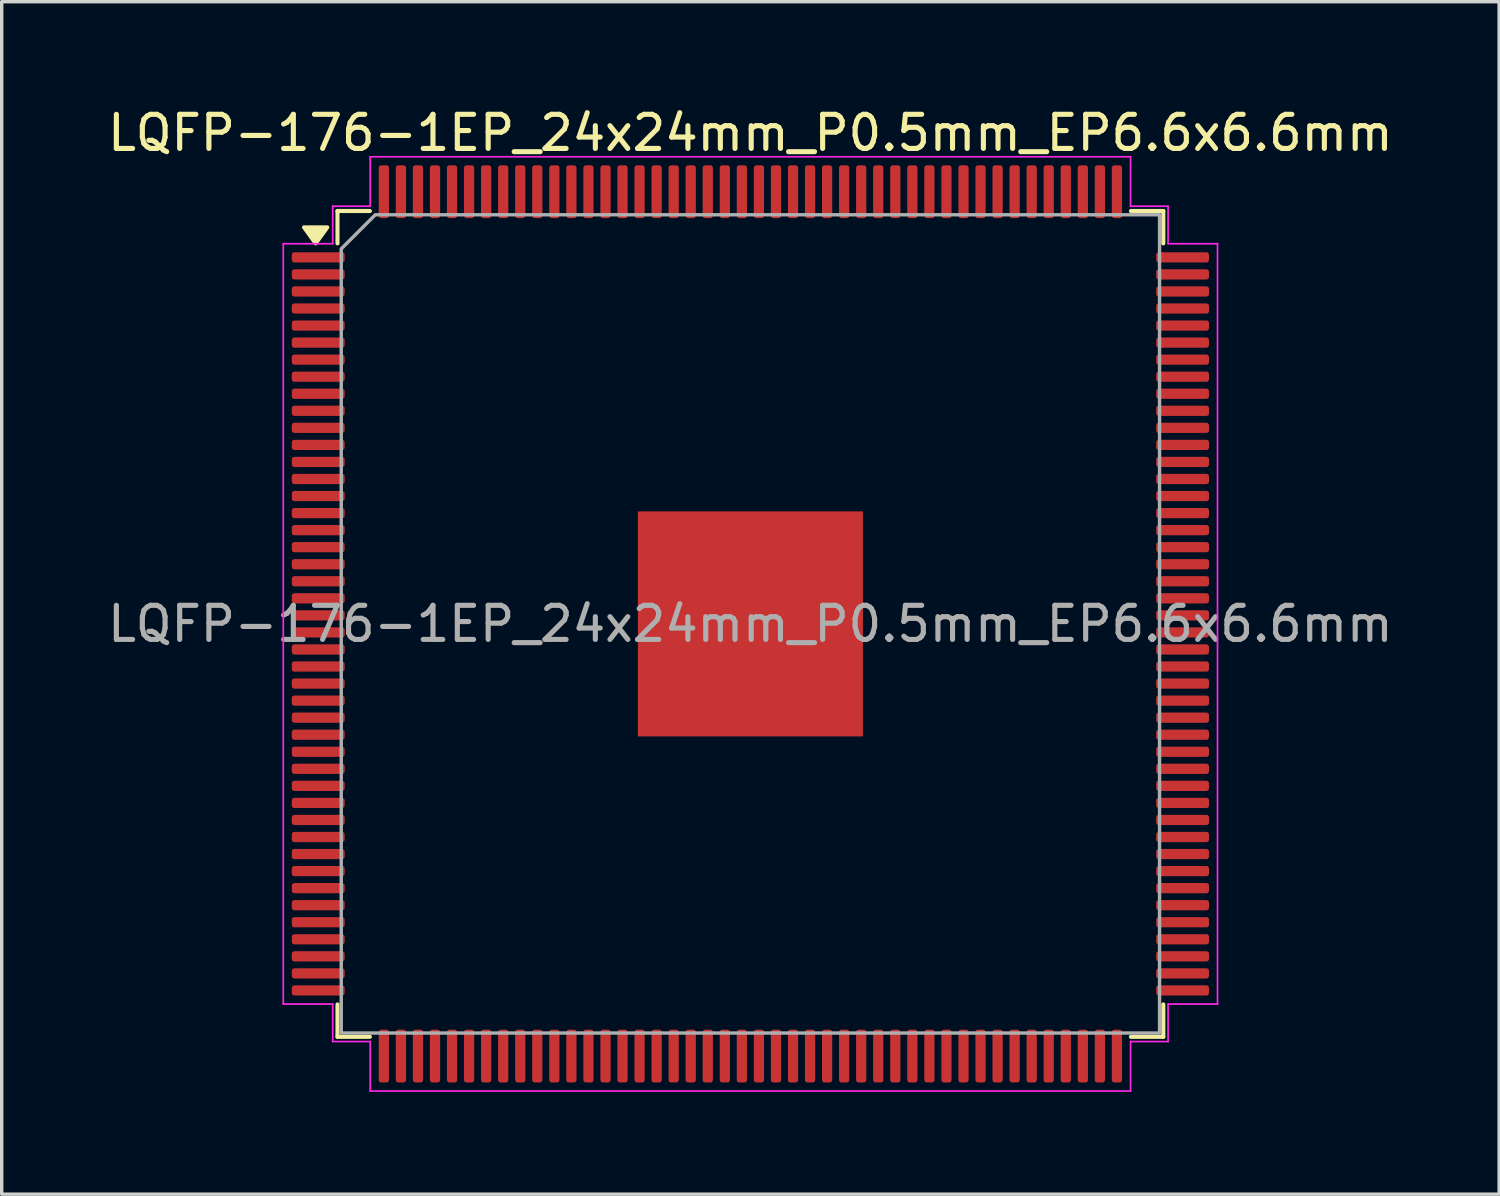
<source format=kicad_pcb>
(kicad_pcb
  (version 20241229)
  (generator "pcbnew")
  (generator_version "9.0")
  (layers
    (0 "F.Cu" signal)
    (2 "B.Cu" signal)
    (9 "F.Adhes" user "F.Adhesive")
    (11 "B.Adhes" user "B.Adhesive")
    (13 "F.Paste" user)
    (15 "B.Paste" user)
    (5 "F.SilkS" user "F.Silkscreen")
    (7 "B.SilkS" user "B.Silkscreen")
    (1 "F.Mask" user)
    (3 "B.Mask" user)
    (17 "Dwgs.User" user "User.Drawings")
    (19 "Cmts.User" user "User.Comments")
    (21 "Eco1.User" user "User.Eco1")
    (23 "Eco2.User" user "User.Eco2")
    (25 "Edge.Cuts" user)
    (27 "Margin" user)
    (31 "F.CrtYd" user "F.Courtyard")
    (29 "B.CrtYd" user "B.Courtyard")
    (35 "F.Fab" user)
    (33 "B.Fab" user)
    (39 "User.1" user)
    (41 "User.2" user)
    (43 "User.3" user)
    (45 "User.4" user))
  (footprint "LQFP-176-1EP_24x24mm_P0.5mm_EP6.6x6.6mm"
    (layer "F.Cu")
    (at 18.958 15.248)
    (property "Reference" "LQFP-176-1EP_24x24mm_P0.5mm_EP6.6x6.6mm" (at 0 -14.4 0) (layer "F.SilkS") (effects (font (size 1 1) (thickness 0.15))))
    (attr smd)
    (fp_line (start -12.11 -12.11) (end -11.16 -12.11) (stroke (width 0.12) (type solid)) (layer "F.SilkS"))
    (fp_line (start -12.11 -11.16) (end -12.11 -12.11) (stroke (width 0.12) (type solid)) (layer "F.SilkS"))
    (fp_line (start -12.11 12.11) (end -12.11 11.16) (stroke (width 0.12) (type solid)) (layer "F.SilkS"))
    (fp_line (start -11.16 12.11) (end -12.11 12.11) (stroke (width 0.12) (type solid)) (layer "F.SilkS"))
    (fp_line (start 11.16 -12.11) (end 12.11 -12.11) (stroke (width 0.12) (type solid)) (layer "F.SilkS"))
    (fp_line (start 12.11 -12.11) (end 12.11 -11.16) (stroke (width 0.12) (type solid)) (layer "F.SilkS"))
    (fp_line (start 12.11 11.16) (end 12.11 12.11) (stroke (width 0.12) (type solid)) (layer "F.SilkS"))
    (fp_line (start 12.11 12.11) (end 11.16 12.11) (stroke (width 0.12) (type solid)) (layer "F.SilkS"))
    (fp_poly (pts (xy -12.75 -11.16) (xy -13.09 -11.63) (xy -12.41 -11.63)) (stroke (width 0.12) (type solid)) (fill yes) (layer "F.SilkS"))
    (fp_line (start -13.7 -11.15) (end -12.25 -11.15) (stroke (width 0.05) (type solid)) (layer "F.CrtYd"))
    (fp_line (start -13.7 11.15) (end -13.7 -11.15) (stroke (width 0.05) (type solid)) (layer "F.CrtYd"))
    (fp_line (start -12.25 -12.25) (end -11.15 -12.25) (stroke (width 0.05) (type solid)) (layer "F.CrtYd"))
    (fp_line (start -12.25 -11.15) (end -12.25 -12.25) (stroke (width 0.05) (type solid)) (layer "F.CrtYd"))
    (fp_line (start -12.25 11.15) (end -13.7 11.15) (stroke (width 0.05) (type solid)) (layer "F.CrtYd"))
    (fp_line (start -12.25 12.25) (end -12.25 11.15) (stroke (width 0.05) (type solid)) (layer "F.CrtYd"))
    (fp_line (start -11.15 -13.7) (end 11.15 -13.7) (stroke (width 0.05) (type solid)) (layer "F.CrtYd"))
    (fp_line (start -11.15 -12.25) (end -11.15 -13.7) (stroke (width 0.05) (type solid)) (layer "F.CrtYd"))
    (fp_line (start -11.15 12.25) (end -12.25 12.25) (stroke (width 0.05) (type solid)) (layer "F.CrtYd"))
    (fp_line (start -11.15 13.7) (end -11.15 12.25) (stroke (width 0.05) (type solid)) (layer "F.CrtYd"))
    (fp_line (start 11.15 -13.7) (end 11.15 -12.25) (stroke (width 0.05) (type solid)) (layer "F.CrtYd"))
    (fp_line (start 11.15 -12.25) (end 12.25 -12.25) (stroke (width 0.05) (type solid)) (layer "F.CrtYd"))
    (fp_line (start 11.15 12.25) (end 11.15 13.7) (stroke (width 0.05) (type solid)) (layer "F.CrtYd"))
    (fp_line (start 11.15 13.7) (end -11.15 13.7) (stroke (width 0.05) (type solid)) (layer "F.CrtYd"))
    (fp_line (start 12.25 -12.25) (end 12.25 -11.15) (stroke (width 0.05) (type solid)) (layer "F.CrtYd"))
    (fp_line (start 12.25 -11.15) (end 13.7 -11.15) (stroke (width 0.05) (type solid)) (layer "F.CrtYd"))
    (fp_line (start 12.25 11.15) (end 12.25 12.25) (stroke (width 0.05) (type solid)) (layer "F.CrtYd"))
    (fp_line (start 12.25 12.25) (end 11.15 12.25) (stroke (width 0.05) (type solid)) (layer "F.CrtYd"))
    (fp_line (start 13.7 -11.15) (end 13.7 11.15) (stroke (width 0.05) (type solid)) (layer "F.CrtYd"))
    (fp_line (start 13.7 11.15) (end 12.25 11.15) (stroke (width 0.05) (type solid)) (layer "F.CrtYd"))
    (fp_poly (pts (xy -12 -11) (xy -12 12) (xy 12 12) (xy 12 -12) (xy -11 -12)) (stroke (width 0.1) (type solid)) (fill no) (layer "F.Fab"))
    (fp_text user "${REFERENCE}" (at 0 0 0) (layer "F.Fab") (effects (font (size 1 1) (thickness 0.15))))
    (pad "" smd roundrect (at -2.64 -2.64) (size 1.06 1.06) (layers "F.Paste") (roundrect_rratio 0.236))
    (pad "" smd roundrect (at -2.64 -1.32) (size 1.06 1.06) (layers "F.Paste") (roundrect_rratio 0.236))
    (pad "" smd roundrect (at -2.64 0) (size 1.06 1.06) (layers "F.Paste") (roundrect_rratio 0.236))
    (pad "" smd roundrect (at -2.64 1.32) (size 1.06 1.06) (layers "F.Paste") (roundrect_rratio 0.236))
    (pad "" smd roundrect (at -2.64 2.64) (size 1.06 1.06) (layers "F.Paste") (roundrect_rratio 0.236))
    (pad "" smd roundrect (at -1.32 -2.64) (size 1.06 1.06) (layers "F.Paste") (roundrect_rratio 0.236))
    (pad "" smd roundrect (at -1.32 -1.32) (size 1.06 1.06) (layers "F.Paste") (roundrect_rratio 0.236))
    (pad "" smd roundrect (at -1.32 0) (size 1.06 1.06) (layers "F.Paste") (roundrect_rratio 0.236))
    (pad "" smd roundrect (at -1.32 1.32) (size 1.06 1.06) (layers "F.Paste") (roundrect_rratio 0.236))
    (pad "" smd roundrect (at -1.32 2.64) (size 1.06 1.06) (layers "F.Paste") (roundrect_rratio 0.236))
    (pad "" smd roundrect (at 0 -2.64) (size 1.06 1.06) (layers "F.Paste") (roundrect_rratio 0.236))
    (pad "" smd roundrect (at 0 -1.32) (size 1.06 1.06) (layers "F.Paste") (roundrect_rratio 0.236))
    (pad "" smd roundrect (at 0 0) (size 1.06 1.06) (layers "F.Paste") (roundrect_rratio 0.236))
    (pad "" smd roundrect (at 0 1.32) (size 1.06 1.06) (layers "F.Paste") (roundrect_rratio 0.236))
    (pad "" smd roundrect (at 0 2.64) (size 1.06 1.06) (layers "F.Paste") (roundrect_rratio 0.236))
    (pad "" smd roundrect (at 1.32 -2.64) (size 1.06 1.06) (layers "F.Paste") (roundrect_rratio 0.236))
    (pad "" smd roundrect (at 1.32 -1.32) (size 1.06 1.06) (layers "F.Paste") (roundrect_rratio 0.236))
    (pad "" smd roundrect (at 1.32 0) (size 1.06 1.06) (layers "F.Paste") (roundrect_rratio 0.236))
    (pad "" smd roundrect (at 1.32 1.32) (size 1.06 1.06) (layers "F.Paste") (roundrect_rratio 0.236))
    (pad "" smd roundrect (at 1.32 2.64) (size 1.06 1.06) (layers "F.Paste") (roundrect_rratio 0.236))
    (pad "" smd roundrect (at 2.64 -2.64) (size 1.06 1.06) (layers "F.Paste") (roundrect_rratio 0.236))
    (pad "" smd roundrect (at 2.64 -1.32) (size 1.06 1.06) (layers "F.Paste") (roundrect_rratio 0.236))
    (pad "" smd roundrect (at 2.64 0) (size 1.06 1.06) (layers "F.Paste") (roundrect_rratio 0.236))
    (pad "" smd roundrect (at 2.64 1.32) (size 1.06 1.06) (layers "F.Paste") (roundrect_rratio 0.236))
    (pad "" smd roundrect (at 2.64 2.64) (size 1.06 1.06) (layers "F.Paste") (roundrect_rratio 0.236))
    (pad "1" smd roundrect (at -12.675 -10.75) (size 1.55 0.3) (layers "F.Cu" "F.Mask" "F.Paste") (roundrect_rratio 0.25))
    (pad "2" smd roundrect (at -12.675 -10.25) (size 1.55 0.3) (layers "F.Cu" "F.Mask" "F.Paste") (roundrect_rratio 0.25))
    (pad "3" smd roundrect (at -12.675 -9.75) (size 1.55 0.3) (layers "F.Cu" "F.Mask" "F.Paste") (roundrect_rratio 0.25))
    (pad "4" smd roundrect (at -12.675 -9.25) (size 1.55 0.3) (layers "F.Cu" "F.Mask" "F.Paste") (roundrect_rratio 0.25))
    (pad "5" smd roundrect (at -12.675 -8.75) (size 1.55 0.3) (layers "F.Cu" "F.Mask" "F.Paste") (roundrect_rratio 0.25))
    (pad "6" smd roundrect (at -12.675 -8.25) (size 1.55 0.3) (layers "F.Cu" "F.Mask" "F.Paste") (roundrect_rratio 0.25))
    (pad "7" smd roundrect (at -12.675 -7.75) (size 1.55 0.3) (layers "F.Cu" "F.Mask" "F.Paste") (roundrect_rratio 0.25))
    (pad "8" smd roundrect (at -12.675 -7.25) (size 1.55 0.3) (layers "F.Cu" "F.Mask" "F.Paste") (roundrect_rratio 0.25))
    (pad "9" smd roundrect (at -12.675 -6.75) (size 1.55 0.3) (layers "F.Cu" "F.Mask" "F.Paste") (roundrect_rratio 0.25))
    (pad "10" smd roundrect (at -12.675 -6.25) (size 1.55 0.3) (layers "F.Cu" "F.Mask" "F.Paste") (roundrect_rratio 0.25))
    (pad "11" smd roundrect (at -12.675 -5.75) (size 1.55 0.3) (layers "F.Cu" "F.Mask" "F.Paste") (roundrect_rratio 0.25))
    (pad "12" smd roundrect (at -12.675 -5.25) (size 1.55 0.3) (layers "F.Cu" "F.Mask" "F.Paste") (roundrect_rratio 0.25))
    (pad "13" smd roundrect (at -12.675 -4.75) (size 1.55 0.3) (layers "F.Cu" "F.Mask" "F.Paste") (roundrect_rratio 0.25))
    (pad "14" smd roundrect (at -12.675 -4.25) (size 1.55 0.3) (layers "F.Cu" "F.Mask" "F.Paste") (roundrect_rratio 0.25))
    (pad "15" smd roundrect (at -12.675 -3.75) (size 1.55 0.3) (layers "F.Cu" "F.Mask" "F.Paste") (roundrect_rratio 0.25))
    (pad "16" smd roundrect (at -12.675 -3.25) (size 1.55 0.3) (layers "F.Cu" "F.Mask" "F.Paste") (roundrect_rratio 0.25))
    (pad "17" smd roundrect (at -12.675 -2.75) (size 1.55 0.3) (layers "F.Cu" "F.Mask" "F.Paste") (roundrect_rratio 0.25))
    (pad "18" smd roundrect (at -12.675 -2.25) (size 1.55 0.3) (layers "F.Cu" "F.Mask" "F.Paste") (roundrect_rratio 0.25))
    (pad "19" smd roundrect (at -12.675 -1.75) (size 1.55 0.3) (layers "F.Cu" "F.Mask" "F.Paste") (roundrect_rratio 0.25))
    (pad "20" smd roundrect (at -12.675 -1.25) (size 1.55 0.3) (layers "F.Cu" "F.Mask" "F.Paste") (roundrect_rratio 0.25))
    (pad "21" smd roundrect (at -12.675 -0.75) (size 1.55 0.3) (layers "F.Cu" "F.Mask" "F.Paste") (roundrect_rratio 0.25))
    (pad "22" smd roundrect (at -12.675 -0.25) (size 1.55 0.3) (layers "F.Cu" "F.Mask" "F.Paste") (roundrect_rratio 0.25))
    (pad "23" smd roundrect (at -12.675 0.25) (size 1.55 0.3) (layers "F.Cu" "F.Mask" "F.Paste") (roundrect_rratio 0.25))
    (pad "24" smd roundrect (at -12.675 0.75) (size 1.55 0.3) (layers "F.Cu" "F.Mask" "F.Paste") (roundrect_rratio 0.25))
    (pad "25" smd roundrect (at -12.675 1.25) (size 1.55 0.3) (layers "F.Cu" "F.Mask" "F.Paste") (roundrect_rratio 0.25))
    (pad "26" smd roundrect (at -12.675 1.75) (size 1.55 0.3) (layers "F.Cu" "F.Mask" "F.Paste") (roundrect_rratio 0.25))
    (pad "27" smd roundrect (at -12.675 2.25) (size 1.55 0.3) (layers "F.Cu" "F.Mask" "F.Paste") (roundrect_rratio 0.25))
    (pad "28" smd roundrect (at -12.675 2.75) (size 1.55 0.3) (layers "F.Cu" "F.Mask" "F.Paste") (roundrect_rratio 0.25))
    (pad "29" smd roundrect (at -12.675 3.25) (size 1.55 0.3) (layers "F.Cu" "F.Mask" "F.Paste") (roundrect_rratio 0.25))
    (pad "30" smd roundrect (at -12.675 3.75) (size 1.55 0.3) (layers "F.Cu" "F.Mask" "F.Paste") (roundrect_rratio 0.25))
    (pad "31" smd roundrect (at -12.675 4.25) (size 1.55 0.3) (layers "F.Cu" "F.Mask" "F.Paste") (roundrect_rratio 0.25))
    (pad "32" smd roundrect (at -12.675 4.75) (size 1.55 0.3) (layers "F.Cu" "F.Mask" "F.Paste") (roundrect_rratio 0.25))
    (pad "33" smd roundrect (at -12.675 5.25) (size 1.55 0.3) (layers "F.Cu" "F.Mask" "F.Paste") (roundrect_rratio 0.25))
    (pad "34" smd roundrect (at -12.675 5.75) (size 1.55 0.3) (layers "F.Cu" "F.Mask" "F.Paste") (roundrect_rratio 0.25))
    (pad "35" smd roundrect (at -12.675 6.25) (size 1.55 0.3) (layers "F.Cu" "F.Mask" "F.Paste") (roundrect_rratio 0.25))
    (pad "36" smd roundrect (at -12.675 6.75) (size 1.55 0.3) (layers "F.Cu" "F.Mask" "F.Paste") (roundrect_rratio 0.25))
    (pad "37" smd roundrect (at -12.675 7.25) (size 1.55 0.3) (layers "F.Cu" "F.Mask" "F.Paste") (roundrect_rratio 0.25))
    (pad "38" smd roundrect (at -12.675 7.75) (size 1.55 0.3) (layers "F.Cu" "F.Mask" "F.Paste") (roundrect_rratio 0.25))
    (pad "39" smd roundrect (at -12.675 8.25) (size 1.55 0.3) (layers "F.Cu" "F.Mask" "F.Paste") (roundrect_rratio 0.25))
    (pad "40" smd roundrect (at -12.675 8.75) (size 1.55 0.3) (layers "F.Cu" "F.Mask" "F.Paste") (roundrect_rratio 0.25))
    (pad "41" smd roundrect (at -12.675 9.25) (size 1.55 0.3) (layers "F.Cu" "F.Mask" "F.Paste") (roundrect_rratio 0.25))
    (pad "42" smd roundrect (at -12.675 9.75) (size 1.55 0.3) (layers "F.Cu" "F.Mask" "F.Paste") (roundrect_rratio 0.25))
    (pad "43" smd roundrect (at -12.675 10.25) (size 1.55 0.3) (layers "F.Cu" "F.Mask" "F.Paste") (roundrect_rratio 0.25))
    (pad "44" smd roundrect (at -12.675 10.75) (size 1.55 0.3) (layers "F.Cu" "F.Mask" "F.Paste") (roundrect_rratio 0.25))
    (pad "45" smd roundrect (at -10.75 12.675) (size 0.3 1.55) (layers "F.Cu" "F.Mask" "F.Paste") (roundrect_rratio 0.25))
    (pad "46" smd roundrect (at -10.25 12.675) (size 0.3 1.55) (layers "F.Cu" "F.Mask" "F.Paste") (roundrect_rratio 0.25))
    (pad "47" smd roundrect (at -9.75 12.675) (size 0.3 1.55) (layers "F.Cu" "F.Mask" "F.Paste") (roundrect_rratio 0.25))
    (pad "48" smd roundrect (at -9.25 12.675) (size 0.3 1.55) (layers "F.Cu" "F.Mask" "F.Paste") (roundrect_rratio 0.25))
    (pad "49" smd roundrect (at -8.75 12.675) (size 0.3 1.55) (layers "F.Cu" "F.Mask" "F.Paste") (roundrect_rratio 0.25))
    (pad "50" smd roundrect (at -8.25 12.675) (size 0.3 1.55) (layers "F.Cu" "F.Mask" "F.Paste") (roundrect_rratio 0.25))
    (pad "51" smd roundrect (at -7.75 12.675) (size 0.3 1.55) (layers "F.Cu" "F.Mask" "F.Paste") (roundrect_rratio 0.25))
    (pad "52" smd roundrect (at -7.25 12.675) (size 0.3 1.55) (layers "F.Cu" "F.Mask" "F.Paste") (roundrect_rratio 0.25))
    (pad "53" smd roundrect (at -6.75 12.675) (size 0.3 1.55) (layers "F.Cu" "F.Mask" "F.Paste") (roundrect_rratio 0.25))
    (pad "54" smd roundrect (at -6.25 12.675) (size 0.3 1.55) (layers "F.Cu" "F.Mask" "F.Paste") (roundrect_rratio 0.25))
    (pad "55" smd roundrect (at -5.75 12.675) (size 0.3 1.55) (layers "F.Cu" "F.Mask" "F.Paste") (roundrect_rratio 0.25))
    (pad "56" smd roundrect (at -5.25 12.675) (size 0.3 1.55) (layers "F.Cu" "F.Mask" "F.Paste") (roundrect_rratio 0.25))
    (pad "57" smd roundrect (at -4.75 12.675) (size 0.3 1.55) (layers "F.Cu" "F.Mask" "F.Paste") (roundrect_rratio 0.25))
    (pad "58" smd roundrect (at -4.25 12.675) (size 0.3 1.55) (layers "F.Cu" "F.Mask" "F.Paste") (roundrect_rratio 0.25))
    (pad "59" smd roundrect (at -3.75 12.675) (size 0.3 1.55) (layers "F.Cu" "F.Mask" "F.Paste") (roundrect_rratio 0.25))
    (pad "60" smd roundrect (at -3.25 12.675) (size 0.3 1.55) (layers "F.Cu" "F.Mask" "F.Paste") (roundrect_rratio 0.25))
    (pad "61" smd roundrect (at -2.75 12.675) (size 0.3 1.55) (layers "F.Cu" "F.Mask" "F.Paste") (roundrect_rratio 0.25))
    (pad "62" smd roundrect (at -2.25 12.675) (size 0.3 1.55) (layers "F.Cu" "F.Mask" "F.Paste") (roundrect_rratio 0.25))
    (pad "63" smd roundrect (at -1.75 12.675) (size 0.3 1.55) (layers "F.Cu" "F.Mask" "F.Paste") (roundrect_rratio 0.25))
    (pad "64" smd roundrect (at -1.25 12.675) (size 0.3 1.55) (layers "F.Cu" "F.Mask" "F.Paste") (roundrect_rratio 0.25))
    (pad "65" smd roundrect (at -0.75 12.675) (size 0.3 1.55) (layers "F.Cu" "F.Mask" "F.Paste") (roundrect_rratio 0.25))
    (pad "66" smd roundrect (at -0.25 12.675) (size 0.3 1.55) (layers "F.Cu" "F.Mask" "F.Paste") (roundrect_rratio 0.25))
    (pad "67" smd roundrect (at 0.25 12.675) (size 0.3 1.55) (layers "F.Cu" "F.Mask" "F.Paste") (roundrect_rratio 0.25))
    (pad "68" smd roundrect (at 0.75 12.675) (size 0.3 1.55) (layers "F.Cu" "F.Mask" "F.Paste") (roundrect_rratio 0.25))
    (pad "69" smd roundrect (at 1.25 12.675) (size 0.3 1.55) (layers "F.Cu" "F.Mask" "F.Paste") (roundrect_rratio 0.25))
    (pad "70" smd roundrect (at 1.75 12.675) (size 0.3 1.55) (layers "F.Cu" "F.Mask" "F.Paste") (roundrect_rratio 0.25))
    (pad "71" smd roundrect (at 2.25 12.675) (size 0.3 1.55) (layers "F.Cu" "F.Mask" "F.Paste") (roundrect_rratio 0.25))
    (pad "72" smd roundrect (at 2.75 12.675) (size 0.3 1.55) (layers "F.Cu" "F.Mask" "F.Paste") (roundrect_rratio 0.25))
    (pad "73" smd roundrect (at 3.25 12.675) (size 0.3 1.55) (layers "F.Cu" "F.Mask" "F.Paste") (roundrect_rratio 0.25))
    (pad "74" smd roundrect (at 3.75 12.675) (size 0.3 1.55) (layers "F.Cu" "F.Mask" "F.Paste") (roundrect_rratio 0.25))
    (pad "75" smd roundrect (at 4.25 12.675) (size 0.3 1.55) (layers "F.Cu" "F.Mask" "F.Paste") (roundrect_rratio 0.25))
    (pad "76" smd roundrect (at 4.75 12.675) (size 0.3 1.55) (layers "F.Cu" "F.Mask" "F.Paste") (roundrect_rratio 0.25))
    (pad "77" smd roundrect (at 5.25 12.675) (size 0.3 1.55) (layers "F.Cu" "F.Mask" "F.Paste") (roundrect_rratio 0.25))
    (pad "78" smd roundrect (at 5.75 12.675) (size 0.3 1.55) (layers "F.Cu" "F.Mask" "F.Paste") (roundrect_rratio 0.25))
    (pad "79" smd roundrect (at 6.25 12.675) (size 0.3 1.55) (layers "F.Cu" "F.Mask" "F.Paste") (roundrect_rratio 0.25))
    (pad "80" smd roundrect (at 6.75 12.675) (size 0.3 1.55) (layers "F.Cu" "F.Mask" "F.Paste") (roundrect_rratio 0.25))
    (pad "81" smd roundrect (at 7.25 12.675) (size 0.3 1.55) (layers "F.Cu" "F.Mask" "F.Paste") (roundrect_rratio 0.25))
    (pad "82" smd roundrect (at 7.75 12.675) (size 0.3 1.55) (layers "F.Cu" "F.Mask" "F.Paste") (roundrect_rratio 0.25))
    (pad "83" smd roundrect (at 8.25 12.675) (size 0.3 1.55) (layers "F.Cu" "F.Mask" "F.Paste") (roundrect_rratio 0.25))
    (pad "84" smd roundrect (at 8.75 12.675) (size 0.3 1.55) (layers "F.Cu" "F.Mask" "F.Paste") (roundrect_rratio 0.25))
    (pad "85" smd roundrect (at 9.25 12.675) (size 0.3 1.55) (layers "F.Cu" "F.Mask" "F.Paste") (roundrect_rratio 0.25))
    (pad "86" smd roundrect (at 9.75 12.675) (size 0.3 1.55) (layers "F.Cu" "F.Mask" "F.Paste") (roundrect_rratio 0.25))
    (pad "87" smd roundrect (at 10.25 12.675) (size 0.3 1.55) (layers "F.Cu" "F.Mask" "F.Paste") (roundrect_rratio 0.25))
    (pad "88" smd roundrect (at 10.75 12.675) (size 0.3 1.55) (layers "F.Cu" "F.Mask" "F.Paste") (roundrect_rratio 0.25))
    (pad "89" smd roundrect (at 12.675 10.75) (size 1.55 0.3) (layers "F.Cu" "F.Mask" "F.Paste") (roundrect_rratio 0.25))
    (pad "90" smd roundrect (at 12.675 10.25) (size 1.55 0.3) (layers "F.Cu" "F.Mask" "F.Paste") (roundrect_rratio 0.25))
    (pad "91" smd roundrect (at 12.675 9.75) (size 1.55 0.3) (layers "F.Cu" "F.Mask" "F.Paste") (roundrect_rratio 0.25))
    (pad "92" smd roundrect (at 12.675 9.25) (size 1.55 0.3) (layers "F.Cu" "F.Mask" "F.Paste") (roundrect_rratio 0.25))
    (pad "93" smd roundrect (at 12.675 8.75) (size 1.55 0.3) (layers "F.Cu" "F.Mask" "F.Paste") (roundrect_rratio 0.25))
    (pad "94" smd roundrect (at 12.675 8.25) (size 1.55 0.3) (layers "F.Cu" "F.Mask" "F.Paste") (roundrect_rratio 0.25))
    (pad "95" smd roundrect (at 12.675 7.75) (size 1.55 0.3) (layers "F.Cu" "F.Mask" "F.Paste") (roundrect_rratio 0.25))
    (pad "96" smd roundrect (at 12.675 7.25) (size 1.55 0.3) (layers "F.Cu" "F.Mask" "F.Paste") (roundrect_rratio 0.25))
    (pad "97" smd roundrect (at 12.675 6.75) (size 1.55 0.3) (layers "F.Cu" "F.Mask" "F.Paste") (roundrect_rratio 0.25))
    (pad "98" smd roundrect (at 12.675 6.25) (size 1.55 0.3) (layers "F.Cu" "F.Mask" "F.Paste") (roundrect_rratio 0.25))
    (pad "99" smd roundrect (at 12.675 5.75) (size 1.55 0.3) (layers "F.Cu" "F.Mask" "F.Paste") (roundrect_rratio 0.25))
    (pad "100" smd roundrect (at 12.675 5.25) (size 1.55 0.3) (layers "F.Cu" "F.Mask" "F.Paste") (roundrect_rratio 0.25))
    (pad "101" smd roundrect (at 12.675 4.75) (size 1.55 0.3) (layers "F.Cu" "F.Mask" "F.Paste") (roundrect_rratio 0.25))
    (pad "102" smd roundrect (at 12.675 4.25) (size 1.55 0.3) (layers "F.Cu" "F.Mask" "F.Paste") (roundrect_rratio 0.25))
    (pad "103" smd roundrect (at 12.675 3.75) (size 1.55 0.3) (layers "F.Cu" "F.Mask" "F.Paste") (roundrect_rratio 0.25))
    (pad "104" smd roundrect (at 12.675 3.25) (size 1.55 0.3) (layers "F.Cu" "F.Mask" "F.Paste") (roundrect_rratio 0.25))
    (pad "105" smd roundrect (at 12.675 2.75) (size 1.55 0.3) (layers "F.Cu" "F.Mask" "F.Paste") (roundrect_rratio 0.25))
    (pad "106" smd roundrect (at 12.675 2.25) (size 1.55 0.3) (layers "F.Cu" "F.Mask" "F.Paste") (roundrect_rratio 0.25))
    (pad "107" smd roundrect (at 12.675 1.75) (size 1.55 0.3) (layers "F.Cu" "F.Mask" "F.Paste") (roundrect_rratio 0.25))
    (pad "108" smd roundrect (at 12.675 1.25) (size 1.55 0.3) (layers "F.Cu" "F.Mask" "F.Paste") (roundrect_rratio 0.25))
    (pad "109" smd roundrect (at 12.675 0.75) (size 1.55 0.3) (layers "F.Cu" "F.Mask" "F.Paste") (roundrect_rratio 0.25))
    (pad "110" smd roundrect (at 12.675 0.25) (size 1.55 0.3) (layers "F.Cu" "F.Mask" "F.Paste") (roundrect_rratio 0.25))
    (pad "111" smd roundrect (at 12.675 -0.25) (size 1.55 0.3) (layers "F.Cu" "F.Mask" "F.Paste") (roundrect_rratio 0.25))
    (pad "112" smd roundrect (at 12.675 -0.75) (size 1.55 0.3) (layers "F.Cu" "F.Mask" "F.Paste") (roundrect_rratio 0.25))
    (pad "113" smd roundrect (at 12.675 -1.25) (size 1.55 0.3) (layers "F.Cu" "F.Mask" "F.Paste") (roundrect_rratio 0.25))
    (pad "114" smd roundrect (at 12.675 -1.75) (size 1.55 0.3) (layers "F.Cu" "F.Mask" "F.Paste") (roundrect_rratio 0.25))
    (pad "115" smd roundrect (at 12.675 -2.25) (size 1.55 0.3) (layers "F.Cu" "F.Mask" "F.Paste") (roundrect_rratio 0.25))
    (pad "116" smd roundrect (at 12.675 -2.75) (size 1.55 0.3) (layers "F.Cu" "F.Mask" "F.Paste") (roundrect_rratio 0.25))
    (pad "117" smd roundrect (at 12.675 -3.25) (size 1.55 0.3) (layers "F.Cu" "F.Mask" "F.Paste") (roundrect_rratio 0.25))
    (pad "118" smd roundrect (at 12.675 -3.75) (size 1.55 0.3) (layers "F.Cu" "F.Mask" "F.Paste") (roundrect_rratio 0.25))
    (pad "119" smd roundrect (at 12.675 -4.25) (size 1.55 0.3) (layers "F.Cu" "F.Mask" "F.Paste") (roundrect_rratio 0.25))
    (pad "120" smd roundrect (at 12.675 -4.75) (size 1.55 0.3) (layers "F.Cu" "F.Mask" "F.Paste") (roundrect_rratio 0.25))
    (pad "121" smd roundrect (at 12.675 -5.25) (size 1.55 0.3) (layers "F.Cu" "F.Mask" "F.Paste") (roundrect_rratio 0.25))
    (pad "122" smd roundrect (at 12.675 -5.75) (size 1.55 0.3) (layers "F.Cu" "F.Mask" "F.Paste") (roundrect_rratio 0.25))
    (pad "123" smd roundrect (at 12.675 -6.25) (size 1.55 0.3) (layers "F.Cu" "F.Mask" "F.Paste") (roundrect_rratio 0.25))
    (pad "124" smd roundrect (at 12.675 -6.75) (size 1.55 0.3) (layers "F.Cu" "F.Mask" "F.Paste") (roundrect_rratio 0.25))
    (pad "125" smd roundrect (at 12.675 -7.25) (size 1.55 0.3) (layers "F.Cu" "F.Mask" "F.Paste") (roundrect_rratio 0.25))
    (pad "126" smd roundrect (at 12.675 -7.75) (size 1.55 0.3) (layers "F.Cu" "F.Mask" "F.Paste") (roundrect_rratio 0.25))
    (pad "127" smd roundrect (at 12.675 -8.25) (size 1.55 0.3) (layers "F.Cu" "F.Mask" "F.Paste") (roundrect_rratio 0.25))
    (pad "128" smd roundrect (at 12.675 -8.75) (size 1.55 0.3) (layers "F.Cu" "F.Mask" "F.Paste") (roundrect_rratio 0.25))
    (pad "129" smd roundrect (at 12.675 -9.25) (size 1.55 0.3) (layers "F.Cu" "F.Mask" "F.Paste") (roundrect_rratio 0.25))
    (pad "130" smd roundrect (at 12.675 -9.75) (size 1.55 0.3) (layers "F.Cu" "F.Mask" "F.Paste") (roundrect_rratio 0.25))
    (pad "131" smd roundrect (at 12.675 -10.25) (size 1.55 0.3) (layers "F.Cu" "F.Mask" "F.Paste") (roundrect_rratio 0.25))
    (pad "132" smd roundrect (at 12.675 -10.75) (size 1.55 0.3) (layers "F.Cu" "F.Mask" "F.Paste") (roundrect_rratio 0.25))
    (pad "133" smd roundrect (at 10.75 -12.675) (size 0.3 1.55) (layers "F.Cu" "F.Mask" "F.Paste") (roundrect_rratio 0.25))
    (pad "134" smd roundrect (at 10.25 -12.675) (size 0.3 1.55) (layers "F.Cu" "F.Mask" "F.Paste") (roundrect_rratio 0.25))
    (pad "135" smd roundrect (at 9.75 -12.675) (size 0.3 1.55) (layers "F.Cu" "F.Mask" "F.Paste") (roundrect_rratio 0.25))
    (pad "136" smd roundrect (at 9.25 -12.675) (size 0.3 1.55) (layers "F.Cu" "F.Mask" "F.Paste") (roundrect_rratio 0.25))
    (pad "137" smd roundrect (at 8.75 -12.675) (size 0.3 1.55) (layers "F.Cu" "F.Mask" "F.Paste") (roundrect_rratio 0.25))
    (pad "138" smd roundrect (at 8.25 -12.675) (size 0.3 1.55) (layers "F.Cu" "F.Mask" "F.Paste") (roundrect_rratio 0.25))
    (pad "139" smd roundrect (at 7.75 -12.675) (size 0.3 1.55) (layers "F.Cu" "F.Mask" "F.Paste") (roundrect_rratio 0.25))
    (pad "140" smd roundrect (at 7.25 -12.675) (size 0.3 1.55) (layers "F.Cu" "F.Mask" "F.Paste") (roundrect_rratio 0.25))
    (pad "141" smd roundrect (at 6.75 -12.675) (size 0.3 1.55) (layers "F.Cu" "F.Mask" "F.Paste") (roundrect_rratio 0.25))
    (pad "142" smd roundrect (at 6.25 -12.675) (size 0.3 1.55) (layers "F.Cu" "F.Mask" "F.Paste") (roundrect_rratio 0.25))
    (pad "143" smd roundrect (at 5.75 -12.675) (size 0.3 1.55) (layers "F.Cu" "F.Mask" "F.Paste") (roundrect_rratio 0.25))
    (pad "144" smd roundrect (at 5.25 -12.675) (size 0.3 1.55) (layers "F.Cu" "F.Mask" "F.Paste") (roundrect_rratio 0.25))
    (pad "145" smd roundrect (at 4.75 -12.675) (size 0.3 1.55) (layers "F.Cu" "F.Mask" "F.Paste") (roundrect_rratio 0.25))
    (pad "146" smd roundrect (at 4.25 -12.675) (size 0.3 1.55) (layers "F.Cu" "F.Mask" "F.Paste") (roundrect_rratio 0.25))
    (pad "147" smd roundrect (at 3.75 -12.675) (size 0.3 1.55) (layers "F.Cu" "F.Mask" "F.Paste") (roundrect_rratio 0.25))
    (pad "148" smd roundrect (at 3.25 -12.675) (size 0.3 1.55) (layers "F.Cu" "F.Mask" "F.Paste") (roundrect_rratio 0.25))
    (pad "149" smd roundrect (at 2.75 -12.675) (size 0.3 1.55) (layers "F.Cu" "F.Mask" "F.Paste") (roundrect_rratio 0.25))
    (pad "150" smd roundrect (at 2.25 -12.675) (size 0.3 1.55) (layers "F.Cu" "F.Mask" "F.Paste") (roundrect_rratio 0.25))
    (pad "151" smd roundrect (at 1.75 -12.675) (size 0.3 1.55) (layers "F.Cu" "F.Mask" "F.Paste") (roundrect_rratio 0.25))
    (pad "152" smd roundrect (at 1.25 -12.675) (size 0.3 1.55) (layers "F.Cu" "F.Mask" "F.Paste") (roundrect_rratio 0.25))
    (pad "153" smd roundrect (at 0.75 -12.675) (size 0.3 1.55) (layers "F.Cu" "F.Mask" "F.Paste") (roundrect_rratio 0.25))
    (pad "154" smd roundrect (at 0.25 -12.675) (size 0.3 1.55) (layers "F.Cu" "F.Mask" "F.Paste") (roundrect_rratio 0.25))
    (pad "155" smd roundrect (at -0.25 -12.675) (size 0.3 1.55) (layers "F.Cu" "F.Mask" "F.Paste") (roundrect_rratio 0.25))
    (pad "156" smd roundrect (at -0.75 -12.675) (size 0.3 1.55) (layers "F.Cu" "F.Mask" "F.Paste") (roundrect_rratio 0.25))
    (pad "157" smd roundrect (at -1.25 -12.675) (size 0.3 1.55) (layers "F.Cu" "F.Mask" "F.Paste") (roundrect_rratio 0.25))
    (pad "158" smd roundrect (at -1.75 -12.675) (size 0.3 1.55) (layers "F.Cu" "F.Mask" "F.Paste") (roundrect_rratio 0.25))
    (pad "159" smd roundrect (at -2.25 -12.675) (size 0.3 1.55) (layers "F.Cu" "F.Mask" "F.Paste") (roundrect_rratio 0.25))
    (pad "160" smd roundrect (at -2.75 -12.675) (size 0.3 1.55) (layers "F.Cu" "F.Mask" "F.Paste") (roundrect_rratio 0.25))
    (pad "161" smd roundrect (at -3.25 -12.675) (size 0.3 1.55) (layers "F.Cu" "F.Mask" "F.Paste") (roundrect_rratio 0.25))
    (pad "162" smd roundrect (at -3.75 -12.675) (size 0.3 1.55) (layers "F.Cu" "F.Mask" "F.Paste") (roundrect_rratio 0.25))
    (pad "163" smd roundrect (at -4.25 -12.675) (size 0.3 1.55) (layers "F.Cu" "F.Mask" "F.Paste") (roundrect_rratio 0.25))
    (pad "164" smd roundrect (at -4.75 -12.675) (size 0.3 1.55) (layers "F.Cu" "F.Mask" "F.Paste") (roundrect_rratio 0.25))
    (pad "165" smd roundrect (at -5.25 -12.675) (size 0.3 1.55) (layers "F.Cu" "F.Mask" "F.Paste") (roundrect_rratio 0.25))
    (pad "166" smd roundrect (at -5.75 -12.675) (size 0.3 1.55) (layers "F.Cu" "F.Mask" "F.Paste") (roundrect_rratio 0.25))
    (pad "167" smd roundrect (at -6.25 -12.675) (size 0.3 1.55) (layers "F.Cu" "F.Mask" "F.Paste") (roundrect_rratio 0.25))
    (pad "168" smd roundrect (at -6.75 -12.675) (size 0.3 1.55) (layers "F.Cu" "F.Mask" "F.Paste") (roundrect_rratio 0.25))
    (pad "169" smd roundrect (at -7.25 -12.675) (size 0.3 1.55) (layers "F.Cu" "F.Mask" "F.Paste") (roundrect_rratio 0.25))
    (pad "170" smd roundrect (at -7.75 -12.675) (size 0.3 1.55) (layers "F.Cu" "F.Mask" "F.Paste") (roundrect_rratio 0.25))
    (pad "171" smd roundrect (at -8.25 -12.675) (size 0.3 1.55) (layers "F.Cu" "F.Mask" "F.Paste") (roundrect_rratio 0.25))
    (pad "172" smd roundrect (at -8.75 -12.675) (size 0.3 1.55) (layers "F.Cu" "F.Mask" "F.Paste") (roundrect_rratio 0.25))
    (pad "173" smd roundrect (at -9.25 -12.675) (size 0.3 1.55) (layers "F.Cu" "F.Mask" "F.Paste") (roundrect_rratio 0.25))
    (pad "174" smd roundrect (at -9.75 -12.675) (size 0.3 1.55) (layers "F.Cu" "F.Mask" "F.Paste") (roundrect_rratio 0.25))
    (pad "175" smd roundrect (at -10.25 -12.675) (size 0.3 1.55) (layers "F.Cu" "F.Mask" "F.Paste") (roundrect_rratio 0.25))
    (pad "176" smd roundrect (at -10.75 -12.675) (size 0.3 1.55) (layers "F.Cu" "F.Mask" "F.Paste") (roundrect_rratio 0.25))
    (pad "177" smd rect (at 0 0) (size 6.6 6.6) (property pad_prop_heatsink) (layers "F.Cu" "F.Mask")))
  (gr_rect
    (start -3 -3)
    (end 40.917 31.973)
    (stroke (width 0.1) (type default))
    (fill no)
    (layer "Edge.Cuts")))
</source>
